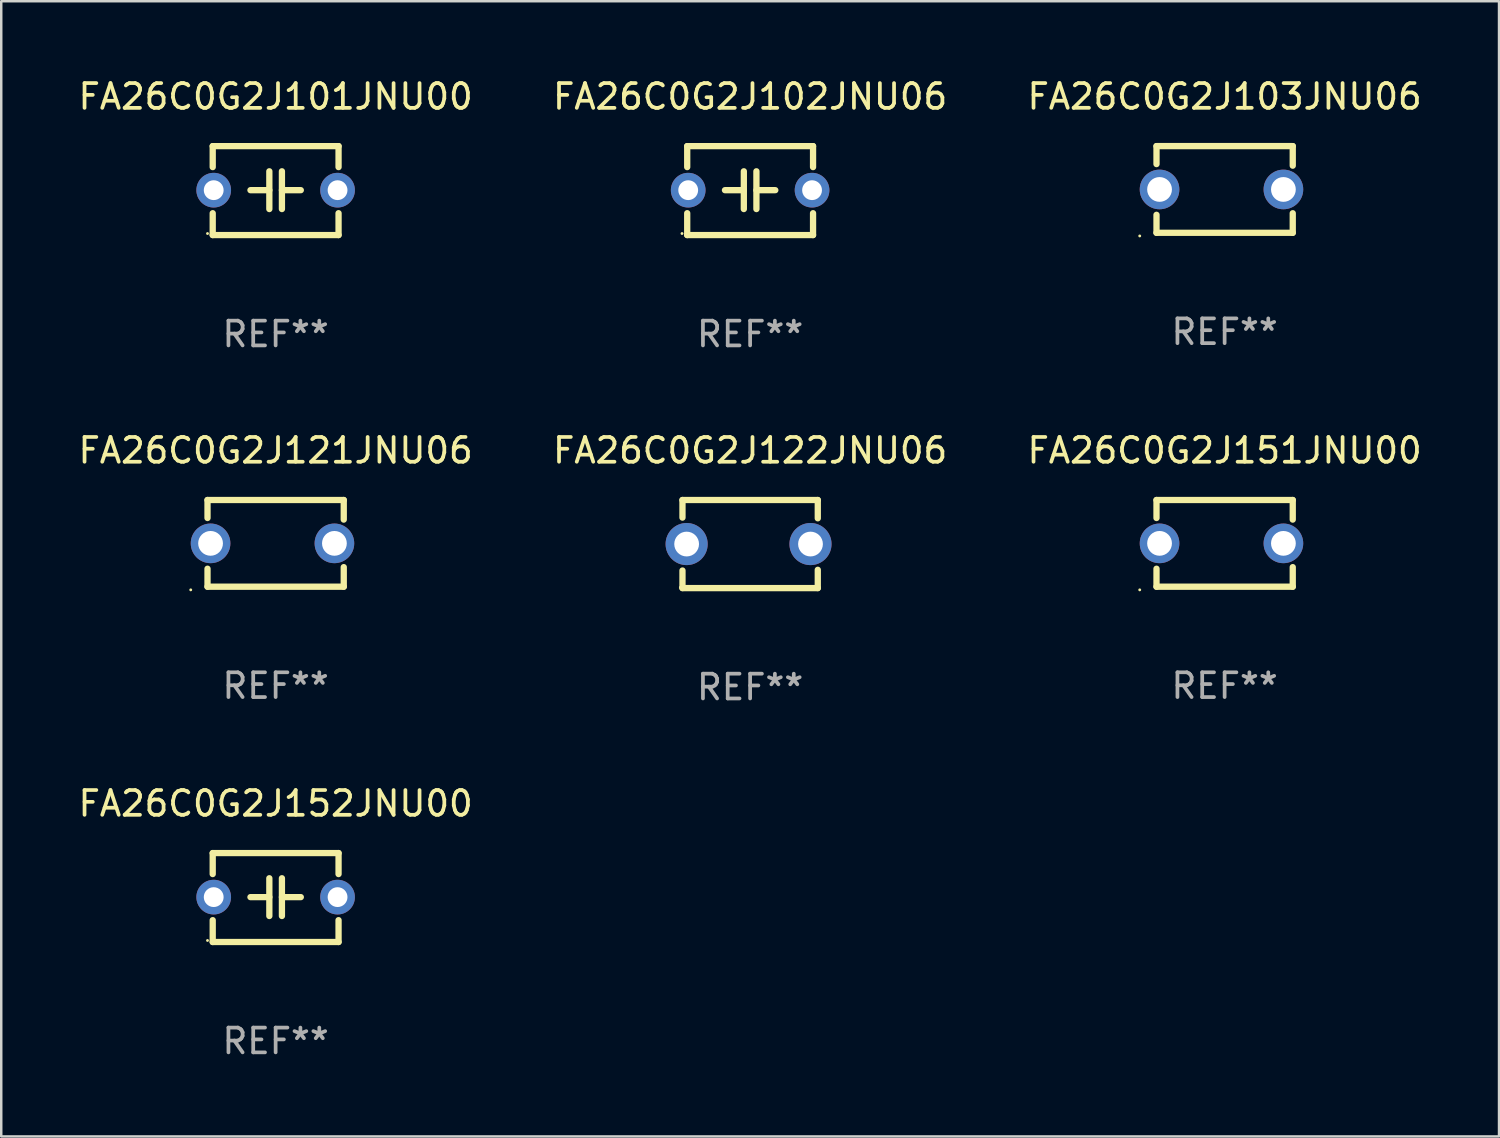
<source format=kicad_pcb>
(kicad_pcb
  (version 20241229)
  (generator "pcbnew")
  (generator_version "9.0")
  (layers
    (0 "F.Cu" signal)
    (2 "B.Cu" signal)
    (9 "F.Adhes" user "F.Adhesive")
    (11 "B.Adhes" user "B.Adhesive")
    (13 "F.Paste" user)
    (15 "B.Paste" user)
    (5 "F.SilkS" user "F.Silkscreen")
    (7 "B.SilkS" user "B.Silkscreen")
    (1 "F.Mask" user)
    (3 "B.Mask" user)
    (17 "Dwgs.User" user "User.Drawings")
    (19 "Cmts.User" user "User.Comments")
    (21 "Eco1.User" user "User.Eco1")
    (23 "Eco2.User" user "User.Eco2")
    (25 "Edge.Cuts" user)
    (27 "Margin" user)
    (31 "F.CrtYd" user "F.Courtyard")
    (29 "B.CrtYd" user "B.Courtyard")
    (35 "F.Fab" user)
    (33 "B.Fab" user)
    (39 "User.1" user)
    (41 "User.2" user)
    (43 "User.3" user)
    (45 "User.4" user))
  (footprint "FA26C0G2J152JNU00"
    (layer "F.Cu")
    (at 8.077 33.183)
    (property "Reference" "FA26C0G2J152JNU00" (at 0 -3.795 0) (layer "F.SilkS") (effects (font (size 1 1) (thickness 0.15))))
    (attr through_hole)
    (fp_line (start -2.54 -1.795) (end 2.54 -1.795) (stroke (width 0.254) (type solid)) (layer "F.SilkS"))
    (fp_line (start -2.54 -0.948) (end -2.54 -1.795) (stroke (width 0.254) (type solid)) (layer "F.SilkS"))
    (fp_line (start -2.54 1.795) (end -2.54 0.913) (stroke (width 0.254) (type solid)) (layer "F.SilkS"))
    (fp_line (start -1.016 -0.017) (end -0.254 -0.017) (stroke (width 0.254) (type solid)) (layer "F.SilkS"))
    (fp_line (start -0.254 0.745) (end -0.254 -0.779) (stroke (width 0.254) (type solid)) (layer "F.SilkS"))
    (fp_line (start 0.254 -0.779) (end 0.254 0.745) (stroke (width 0.254) (type solid)) (layer "F.SilkS"))
    (fp_line (start 1.016 -0.017) (end 0.254 -0.017) (stroke (width 0.254) (type solid)) (layer "F.SilkS"))
    (fp_line (start 2.54 -1.795) (end 2.54 -0.948) (stroke (width 0.254) (type solid)) (layer "F.SilkS"))
    (fp_line (start 2.54 1.795) (end -2.54 1.795) (stroke (width 0.254) (type solid)) (layer "F.SilkS"))
    (fp_line (start 2.54 1.795) (end 2.54 0.913) (stroke (width 0.254) (type solid)) (layer "F.SilkS"))
    (fp_circle (center -2.75 1.733) (end -2.72 1.733) (stroke (width 0.06) (type solid)) (fill no) (layer "F.SilkS"))
    (fp_text user "REF**" (at 0 5.795 0) (layer "F.Fab") (effects (font (size 1 1) (thickness 0.15))))
    (pad "1" thru_hole circle (at -2.5 -0.017) (size 1.4 1.4) (drill 0.8) (layers "*.Cu" "*.Mask"))
    (pad "2" thru_hole circle (at 2.5 -0.017) (size 1.4 1.4) (drill 0.8) (layers "*.Cu" "*.Mask")))
  (footprint "FA26C0G2J101JNU00"
    (layer "F.Cu")
    (at 8.077 4.644)
    (property "Reference" "FA26C0G2J101JNU00" (at 0 -3.795 0) (layer "F.SilkS") (effects (font (size 1 1) (thickness 0.15))))
    (attr through_hole)
    (fp_line (start -2.54 -1.795) (end 2.54 -1.795) (stroke (width 0.254) (type solid)) (layer "F.SilkS"))
    (fp_line (start -2.54 -0.948) (end -2.54 -1.795) (stroke (width 0.254) (type solid)) (layer "F.SilkS"))
    (fp_line (start -2.54 1.795) (end -2.54 0.913) (stroke (width 0.254) (type solid)) (layer "F.SilkS"))
    (fp_line (start -1.016 -0.017) (end -0.254 -0.017) (stroke (width 0.254) (type solid)) (layer "F.SilkS"))
    (fp_line (start -0.254 0.745) (end -0.254 -0.779) (stroke (width 0.254) (type solid)) (layer "F.SilkS"))
    (fp_line (start 0.254 -0.779) (end 0.254 0.745) (stroke (width 0.254) (type solid)) (layer "F.SilkS"))
    (fp_line (start 1.016 -0.017) (end 0.254 -0.017) (stroke (width 0.254) (type solid)) (layer "F.SilkS"))
    (fp_line (start 2.54 -1.795) (end 2.54 -0.948) (stroke (width 0.254) (type solid)) (layer "F.SilkS"))
    (fp_line (start 2.54 1.795) (end -2.54 1.795) (stroke (width 0.254) (type solid)) (layer "F.SilkS"))
    (fp_line (start 2.54 1.795) (end 2.54 0.913) (stroke (width 0.254) (type solid)) (layer "F.SilkS"))
    (fp_circle (center -2.75 1.733) (end -2.72 1.733) (stroke (width 0.06) (type solid)) (fill no) (layer "F.SilkS"))
    (fp_text user "REF**" (at 0 5.795 0) (layer "F.Fab") (effects (font (size 1 1) (thickness 0.15))))
    (pad "1" thru_hole circle (at -2.5 -0.017) (size 1.4 1.4) (drill 0.8) (layers "*.Cu" "*.Mask"))
    (pad "2" thru_hole circle (at 2.5 -0.017) (size 1.4 1.4) (drill 0.8) (layers "*.Cu" "*.Mask")))
  (footprint "FA26C0G2J103JNU06"
    (layer "F.Cu")
    (at 46.387 4.598)
    (property "Reference" "FA26C0G2J103JNU06" (at 0 -3.75 0) (layer "F.SilkS") (effects (font (size 1 1) (thickness 0.15))))
    (attr through_hole)
    (fp_line (start -2.75 -1.75) (end -2.75 -1.024) (stroke (width 0.254) (type solid)) (layer "F.SilkS"))
    (fp_line (start -2.75 -1.75) (end 2.75 -1.75) (stroke (width 0.254) (type solid)) (layer "F.SilkS"))
    (fp_line (start -2.75 1.024) (end -2.75 1.75) (stroke (width 0.254) (type solid)) (layer "F.SilkS"))
    (fp_line (start 2.75 -1.75) (end 2.75 -0.96) (stroke (width 0.254) (type solid)) (layer "F.SilkS"))
    (fp_line (start 2.75 0.96) (end 2.75 1.75) (stroke (width 0.254) (type solid)) (layer "F.SilkS"))
    (fp_line (start 2.75 1.75) (end -2.75 1.75) (stroke (width 0.254) (type solid)) (layer "F.SilkS"))
    (fp_circle (center -3.427 1.877) (end -3.397 1.877) (stroke (width 0.06) (type solid)) (fill no) (layer "F.SilkS"))
    (fp_text user "REF**" (at 0 5.75 0) (layer "F.Fab") (effects (font (size 1 1) (thickness 0.15))))
    (pad "1" thru_hole circle (at -2.627 0) (size 1.6 1.6) (drill 1) (layers "*.Cu" "*.Mask"))
    (pad "2" thru_hole circle (at 2.373 0) (size 1.6 1.6) (drill 1) (layers "*.Cu" "*.Mask")))
  (footprint "FA26C0G2J121JNU06"
    (layer "F.Cu")
    (at 8.077 18.885)
    (property "Reference" "FA26C0G2J121JNU06" (at 0 -3.75 0) (layer "F.SilkS") (effects (font (size 1 1) (thickness 0.15))))
    (attr through_hole)
    (fp_line (start -2.75 -1.75) (end -2.75 -1.024) (stroke (width 0.254) (type solid)) (layer "F.SilkS"))
    (fp_line (start -2.75 -1.75) (end 2.75 -1.75) (stroke (width 0.254) (type solid)) (layer "F.SilkS"))
    (fp_line (start -2.75 1.024) (end -2.75 1.75) (stroke (width 0.254) (type solid)) (layer "F.SilkS"))
    (fp_line (start 2.75 -1.75) (end 2.75 -0.96) (stroke (width 0.254) (type solid)) (layer "F.SilkS"))
    (fp_line (start 2.75 0.96) (end 2.75 1.75) (stroke (width 0.254) (type solid)) (layer "F.SilkS"))
    (fp_line (start 2.75 1.75) (end -2.75 1.75) (stroke (width 0.254) (type solid)) (layer "F.SilkS"))
    (fp_circle (center -3.427 1.877) (end -3.397 1.877) (stroke (width 0.06) (type solid)) (fill no) (layer "F.SilkS"))
    (fp_text user "REF**" (at 0 5.75 0) (layer "F.Fab") (effects (font (size 1 1) (thickness 0.15))))
    (pad "1" thru_hole circle (at -2.627 0) (size 1.6 1.6) (drill 1) (layers "*.Cu" "*.Mask"))
    (pad "2" thru_hole circle (at 2.373 0) (size 1.6 1.6) (drill 1) (layers "*.Cu" "*.Mask")))
  (footprint "FA26C0G2J122JNU06"
    (layer "F.Cu")
    (at 27.232 18.913)
    (property "Reference" "FA26C0G2J122JNU06" (at 0 -3.778 0) (layer "F.SilkS") (effects (font (size 1 1) (thickness 0.15))))
    (attr through_hole)
    (fp_line (start -2.731 -1.778) (end -2.731 -1.068) (stroke (width 0.254) (type solid)) (layer "F.SilkS"))
    (fp_line (start -2.731 1.068) (end -2.731 1.778) (stroke (width 0.254) (type solid)) (layer "F.SilkS"))
    (fp_line (start -2.731 1.778) (end 2.731 1.778) (stroke (width 0.254) (type solid)) (layer "F.SilkS"))
    (fp_line (start 2.731 -1.778) (end -2.731 -1.778) (stroke (width 0.254) (type solid)) (layer "F.SilkS"))
    (fp_line (start 2.731 -1.04) (end 2.731 -1.778) (stroke (width 0.254) (type solid)) (layer "F.SilkS"))
    (fp_line (start 2.731 1.778) (end 2.731 1.04) (stroke (width 0.254) (type solid)) (layer "F.SilkS"))
    (fp_circle (center -2.814 1.75) (end -2.784 1.75) (stroke (width 0.06) (type solid)) (fill no) (layer "F.SilkS"))
    (fp_text user "REF**" (at 0 5.778 0) (layer "F.Fab") (effects (font (size 1 1) (thickness 0.15))))
    (pad "1" thru_hole circle (at -2.563 0) (size 1.7 1.7) (drill 1) (layers "*.Cu" "*.Mask"))
    (pad "2" thru_hole circle (at 2.437 0) (size 1.7 1.7) (drill 1) (layers "*.Cu" "*.Mask")))
  (footprint "FA26C0G2J151JNU00"
    (layer "F.Cu")
    (at 46.387 18.885)
    (property "Reference" "FA26C0G2J151JNU00" (at 0 -3.75 0) (layer "F.SilkS") (effects (font (size 1 1) (thickness 0.15))))
    (attr through_hole)
    (fp_line (start -2.75 -1.75) (end -2.75 -1.024) (stroke (width 0.254) (type solid)) (layer "F.SilkS"))
    (fp_line (start -2.75 -1.75) (end 2.75 -1.75) (stroke (width 0.254) (type solid)) (layer "F.SilkS"))
    (fp_line (start -2.75 1.024) (end -2.75 1.75) (stroke (width 0.254) (type solid)) (layer "F.SilkS"))
    (fp_line (start 2.75 -1.75) (end 2.75 -0.96) (stroke (width 0.254) (type solid)) (layer "F.SilkS"))
    (fp_line (start 2.75 0.96) (end 2.75 1.75) (stroke (width 0.254) (type solid)) (layer "F.SilkS"))
    (fp_line (start 2.75 1.75) (end -2.75 1.75) (stroke (width 0.254) (type solid)) (layer "F.SilkS"))
    (fp_circle (center -3.427 1.877) (end -3.397 1.877) (stroke (width 0.06) (type solid)) (fill no) (layer "F.SilkS"))
    (fp_text user "REF**" (at 0 5.75 0) (layer "F.Fab") (effects (font (size 1 1) (thickness 0.15))))
    (pad "1" thru_hole circle (at -2.627 0) (size 1.6 1.6) (drill 1) (layers "*.Cu" "*.Mask"))
    (pad "2" thru_hole circle (at 2.373 0) (size 1.6 1.6) (drill 1) (layers "*.Cu" "*.Mask")))
  (footprint "FA26C0G2J102JNU06"
    (layer "F.Cu")
    (at 27.232 4.644)
    (property "Reference" "FA26C0G2J102JNU06" (at 0 -3.795 0) (layer "F.SilkS") (effects (font (size 1 1) (thickness 0.15))))
    (attr through_hole)
    (fp_line (start -2.54 -1.795) (end 2.54 -1.795) (stroke (width 0.254) (type solid)) (layer "F.SilkS"))
    (fp_line (start -2.54 -0.948) (end -2.54 -1.795) (stroke (width 0.254) (type solid)) (layer "F.SilkS"))
    (fp_line (start -2.54 1.795) (end -2.54 0.913) (stroke (width 0.254) (type solid)) (layer "F.SilkS"))
    (fp_line (start -1.016 -0.017) (end -0.254 -0.017) (stroke (width 0.254) (type solid)) (layer "F.SilkS"))
    (fp_line (start -0.254 0.745) (end -0.254 -0.779) (stroke (width 0.254) (type solid)) (layer "F.SilkS"))
    (fp_line (start 0.254 -0.779) (end 0.254 0.745) (stroke (width 0.254) (type solid)) (layer "F.SilkS"))
    (fp_line (start 1.016 -0.017) (end 0.254 -0.017) (stroke (width 0.254) (type solid)) (layer "F.SilkS"))
    (fp_line (start 2.54 -1.795) (end 2.54 -0.948) (stroke (width 0.254) (type solid)) (layer "F.SilkS"))
    (fp_line (start 2.54 1.795) (end -2.54 1.795) (stroke (width 0.254) (type solid)) (layer "F.SilkS"))
    (fp_line (start 2.54 1.795) (end 2.54 0.913) (stroke (width 0.254) (type solid)) (layer "F.SilkS"))
    (fp_circle (center -2.75 1.733) (end -2.72 1.733) (stroke (width 0.06) (type solid)) (fill no) (layer "F.SilkS"))
    (fp_text user "REF**" (at 0 5.795 0) (layer "F.Fab") (effects (font (size 1 1) (thickness 0.15))))
    (pad "1" thru_hole circle (at -2.5 -0.017) (size 1.4 1.4) (drill 0.8) (layers "*.Cu" "*.Mask"))
    (pad "2" thru_hole circle (at 2.5 -0.017) (size 1.4 1.4) (drill 0.8) (layers "*.Cu" "*.Mask")))
  (gr_rect
    (start -3 -3)
    (end 57.464 42.827)
    (stroke (width 0.1) (type default))
    (fill no)
    (layer "Edge.Cuts")))
</source>
